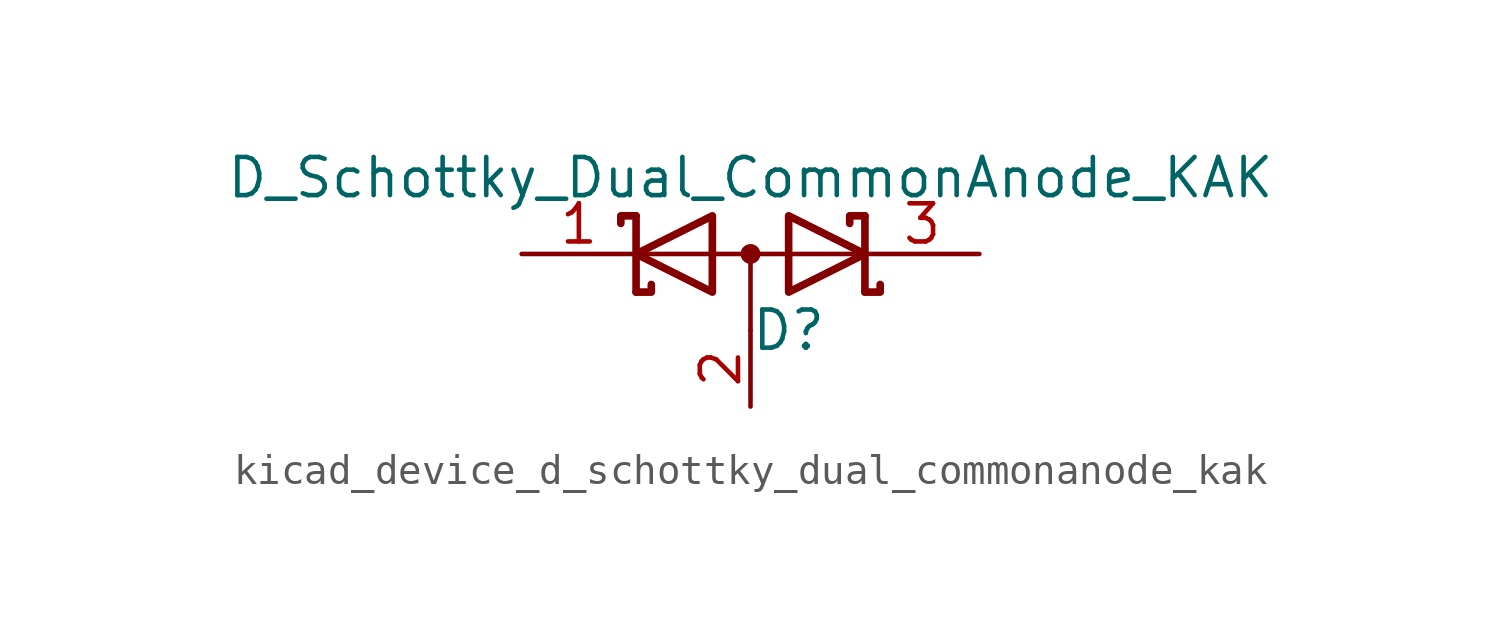
<source format=kicad_sym>
(kicad_symbol_lib
  (version 20220914)
  (generator kicad_symbol_editor)
  (symbol "kicad_device_d_schottky_dual_commonanode_kak"
    (pin_names
      (offset 0.762) hide)
    (property "Reference" "D"
      (at 1.27 -2.54 0)
      (effects (font (size 1.27 1.27))))
    (property "Value" "D_Schottky_Dual_CommonAnode_KAK"
      (at 0 2.54 0)
      (effects (font (size 1.27 1.27))))
    (symbol "kicad_device_d_schottky_dual_commonanode_kak_0_1"
      (polyline (pts (xy -3.556 0) (xy 3.81 0)) (stroke (width 0) (type default)) (fill (type none)))
      (polyline (pts (xy 0 0) (xy 0 -2.54)) (stroke (width 0) (type default)) (fill (type none)))
      (polyline (pts (xy -3.81 1.27) (xy -3.81 -1.27) (xy -3.81 -1.27)) (stroke (width 0.254) (type default)) (fill (type none)))
      (polyline (pts (xy 3.81 1.27) (xy 3.81 -1.27) (xy 3.81 -1.27)) (stroke (width 0.254) (type default)) (fill (type none)))
      (polyline (pts (xy -3.81 1.27) (xy -4.318 1.27) (xy -4.318 1.016) (xy -4.318 1.016)) (stroke (width 0.254) (type default)) (fill (type none)))
      (polyline (pts (xy 3.81 -1.27) (xy 4.318 -1.27) (xy 4.318 -1.016) (xy 4.318 -1.016)) (stroke (width 0.254) (type default)) (fill (type none)))
      (polyline (pts (xy 3.81 1.27) (xy 3.302 1.27) (xy 3.302 1.016) (xy 3.302 1.016)) (stroke (width 0.254) (type default)) (fill (type none)))
      (polyline (pts (xy -3.302 -1.016) (xy -3.302 -1.27) (xy -3.81 -1.27) (xy -3.81 -1.27) (xy -3.81 -1.27)) (stroke (width 0.254) (type default)) (fill (type none)))
      (polyline (pts (xy -1.27 -1.27) (xy -3.81 0) (xy -1.27 1.27) (xy -1.27 -1.27) (xy -1.27 -1.27) (xy -1.27 -1.27)) (stroke (width 0.254) (type default)) (fill (type none)))
      (polyline (pts (xy 1.27 1.27) (xy 3.81 0) (xy 1.27 -1.27) (xy 1.27 1.27) (xy 1.27 1.27) (xy 1.27 1.27)) (stroke (width 0.254) (type default)) (fill (type none)))
      (circle (center 0 0) (radius 0.254) (stroke (width 0) (type default)) (fill (type outline)))
      (pin passive line (at -7.62 0 0) (length 3.81) (name "K" (effects (font (size 1.27 1.27)))) (number "1" (effects (font (size 1.27 1.27)))))
      (pin passive line (at 0 -5.08 90) (length 2.54) (name "A" (effects (font (size 1.27 1.27)))) (number "2" (effects (font (size 1.27 1.27)))))
      (pin passive line (at 7.62 0 180) (length 3.81) (name "K" (effects (font (size 1.27 1.27)))) (number "3" (effects (font (size 1.27 1.27))))))))
</source>
